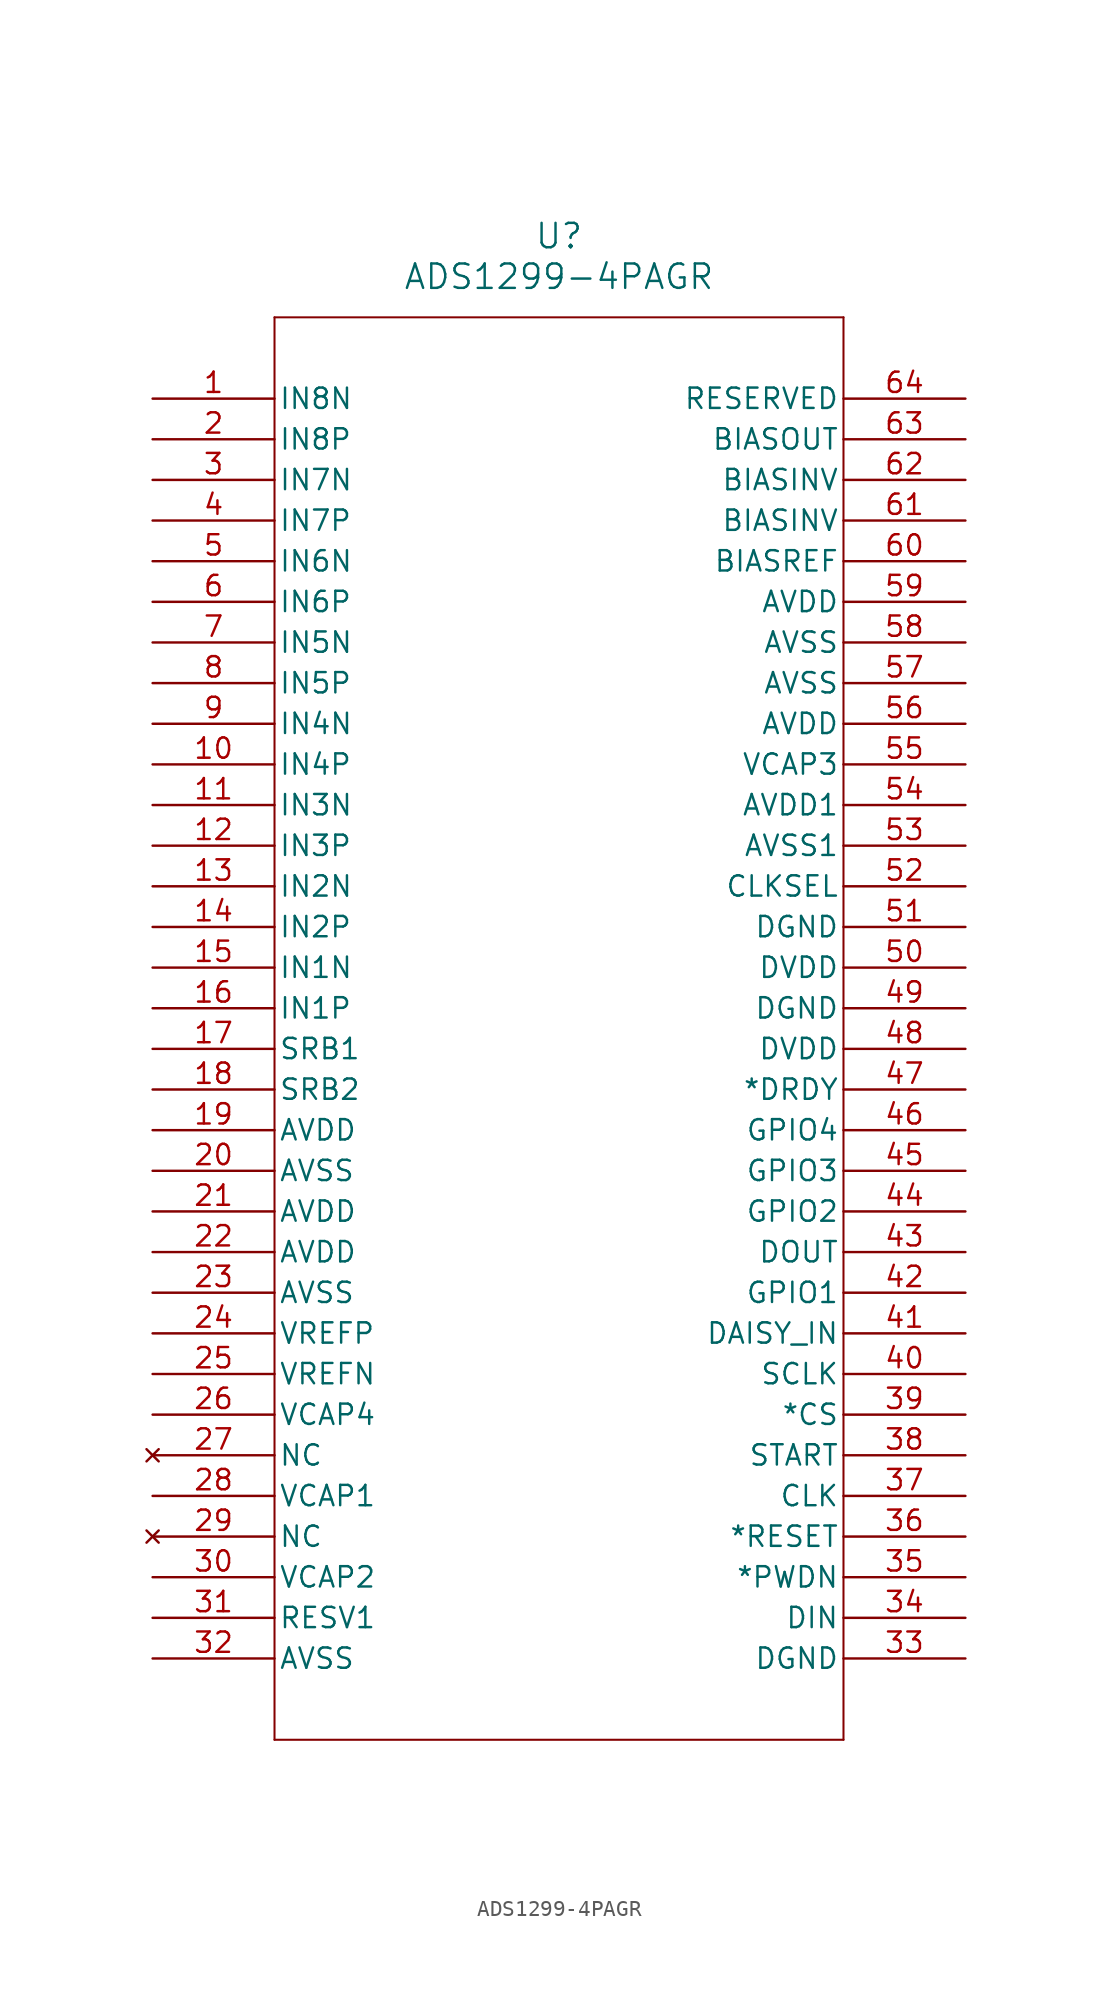
<source format=kicad_sym>
(kicad_symbol_lib
  (version 20211014)
  (generator kicad_symbol_editor)
  (symbol "ADS1299-4PAGR"
    (pin_names
      (offset 0.254))
    (property "Reference" "U"
      (at 25.4 10.16 0)
      (effects (font (size 1.524 1.524))))
    (property "Value" "ADS1299-4PAGR"
      (at 25.4 7.62 0)
      (effects (font (size 1.524 1.524))))
    (symbol "ADS1299-4PAGR_0_1"
      (polyline (pts (xy 7.62 5.08) (xy 7.62 -83.82)) (stroke (width 0.127) (type default) (color 0 0 0 0)) (fill (type none)))
      (polyline (pts (xy 7.62 -83.82) (xy 43.18 -83.82)) (stroke (width 0.127) (type default) (color 0 0 0 0)) (fill (type none)))
      (polyline (pts (xy 43.18 -83.82) (xy 43.18 5.08)) (stroke (width 0.127) (type default) (color 0 0 0 0)) (fill (type none)))
      (polyline (pts (xy 43.18 5.08) (xy 7.62 5.08)) (stroke (width 0.127) (type default) (color 0 0 0 0)) (fill (type none)))
      (pin input line (at 0 0 0) (length 7.62) (name "IN8N" (effects (font (size 1.27 1.27)))) (number "1" (effects (font (size 1.27 1.27)))))
      (pin input line (at 0 -2.54 0) (length 7.62) (name "IN8P" (effects (font (size 1.27 1.27)))) (number "2" (effects (font (size 1.27 1.27)))))
      (pin input line (at 0 -5.08 0) (length 7.62) (name "IN7N" (effects (font (size 1.27 1.27)))) (number "3" (effects (font (size 1.27 1.27)))))
      (pin input line (at 0 -7.62 0) (length 7.62) (name "IN7P" (effects (font (size 1.27 1.27)))) (number "4" (effects (font (size 1.27 1.27)))))
      (pin input line (at 0 -10.16 0) (length 7.62) (name "IN6N" (effects (font (size 1.27 1.27)))) (number "5" (effects (font (size 1.27 1.27)))))
      (pin input line (at 0 -12.7 0) (length 7.62) (name "IN6P" (effects (font (size 1.27 1.27)))) (number "6" (effects (font (size 1.27 1.27)))))
      (pin input line (at 0 -15.24 0) (length 7.62) (name "IN5N" (effects (font (size 1.27 1.27)))) (number "7" (effects (font (size 1.27 1.27)))))
      (pin input line (at 0 -17.78 0) (length 7.62) (name "IN5P" (effects (font (size 1.27 1.27)))) (number "8" (effects (font (size 1.27 1.27)))))
      (pin input line (at 0 -20.32 0) (length 7.62) (name "IN4N" (effects (font (size 1.27 1.27)))) (number "9" (effects (font (size 1.27 1.27)))))
      (pin input line (at 0 -22.86 0) (length 7.62) (name "IN4P" (effects (font (size 1.27 1.27)))) (number "10" (effects (font (size 1.27 1.27)))))
      (pin input line (at 0 -25.4 0) (length 7.62) (name "IN3N" (effects (font (size 1.27 1.27)))) (number "11" (effects (font (size 1.27 1.27)))))
      (pin input line (at 0 -27.94 0) (length 7.62) (name "IN3P" (effects (font (size 1.27 1.27)))) (number "12" (effects (font (size 1.27 1.27)))))
      (pin input line (at 0 -30.48 0) (length 7.62) (name "IN2N" (effects (font (size 1.27 1.27)))) (number "13" (effects (font (size 1.27 1.27)))))
      (pin input line (at 0 -33.02 0) (length 7.62) (name "IN2P" (effects (font (size 1.27 1.27)))) (number "14" (effects (font (size 1.27 1.27)))))
      (pin input line (at 0 -35.56 0) (length 7.62) (name "IN1N" (effects (font (size 1.27 1.27)))) (number "15" (effects (font (size 1.27 1.27)))))
      (pin input line (at 0 -38.1 0) (length 7.62) (name "IN1P" (effects (font (size 1.27 1.27)))) (number "16" (effects (font (size 1.27 1.27)))))
      (pin bidirectional line (at 0 -40.64 0) (length 7.62) (name "SRB1" (effects (font (size 1.27 1.27)))) (number "17" (effects (font (size 1.27 1.27)))))
      (pin bidirectional line (at 0 -43.18 0) (length 7.62) (name "SRB2" (effects (font (size 1.27 1.27)))) (number "18" (effects (font (size 1.27 1.27)))))
      (pin power_in line (at 0 -45.72 0) (length 7.62) (name "AVDD" (effects (font (size 1.27 1.27)))) (number "19" (effects (font (size 1.27 1.27)))))
      (pin power_in line (at 0 -48.26 0) (length 7.62) (name "AVSS" (effects (font (size 1.27 1.27)))) (number "20" (effects (font (size 1.27 1.27)))))
      (pin power_in line (at 0 -50.8 0) (length 7.62) (name "AVDD" (effects (font (size 1.27 1.27)))) (number "21" (effects (font (size 1.27 1.27)))))
      (pin power_in line (at 0 -53.34 0) (length 7.62) (name "AVDD" (effects (font (size 1.27 1.27)))) (number "22" (effects (font (size 1.27 1.27)))))
      (pin power_in line (at 0 -55.88 0) (length 7.62) (name "AVSS" (effects (font (size 1.27 1.27)))) (number "23" (effects (font (size 1.27 1.27)))))
      (pin bidirectional line (at 0 -58.42 0) (length 7.62) (name "VREFP" (effects (font (size 1.27 1.27)))) (number "24" (effects (font (size 1.27 1.27)))))
      (pin input line (at 0 -60.96 0) (length 7.62) (name "VREFN" (effects (font (size 1.27 1.27)))) (number "25" (effects (font (size 1.27 1.27)))))
      (pin output line (at 0 -63.5 0) (length 7.62) (name "VCAP4" (effects (font (size 1.27 1.27)))) (number "26" (effects (font (size 1.27 1.27)))))
      (pin no_connect line (at 0 -66.04 0) (length 7.62) (name "NC" (effects (font (size 1.27 1.27)))) (number "27" (effects (font (size 1.27 1.27)))))
      (pin output line (at 0 -68.58 0) (length 7.62) (name "VCAP1" (effects (font (size 1.27 1.27)))) (number "28" (effects (font (size 1.27 1.27)))))
      (pin no_connect line (at 0 -71.12 0) (length 7.62) (name "NC" (effects (font (size 1.27 1.27)))) (number "29" (effects (font (size 1.27 1.27)))))
      (pin output line (at 0 -73.66 0) (length 7.62) (name "VCAP2" (effects (font (size 1.27 1.27)))) (number "30" (effects (font (size 1.27 1.27)))))
      (pin input line (at 0 -76.2 0) (length 7.62) (name "RESV1" (effects (font (size 1.27 1.27)))) (number "31" (effects (font (size 1.27 1.27)))))
      (pin power_in line (at 0 -78.74 0) (length 7.62) (name "AVSS" (effects (font (size 1.27 1.27)))) (number "32" (effects (font (size 1.27 1.27)))))
      (pin power_in line (at 50.8 -78.74 180) (length 7.62) (name "DGND" (effects (font (size 1.27 1.27)))) (number "33" (effects (font (size 1.27 1.27)))))
      (pin input line (at 50.8 -76.2 180) (length 7.62) (name "DIN" (effects (font (size 1.27 1.27)))) (number "34" (effects (font (size 1.27 1.27)))))
      (pin input line (at 50.8 -73.66 180) (length 7.62) (name "*PWDN" (effects (font (size 1.27 1.27)))) (number "35" (effects (font (size 1.27 1.27)))))
      (pin input line (at 50.8 -71.12 180) (length 7.62) (name "*RESET" (effects (font (size 1.27 1.27)))) (number "36" (effects (font (size 1.27 1.27)))))
      (pin input line (at 50.8 -68.58 180) (length 7.62) (name "CLK" (effects (font (size 1.27 1.27)))) (number "37" (effects (font (size 1.27 1.27)))))
      (pin input line (at 50.8 -66.04 180) (length 7.62) (name "START" (effects (font (size 1.27 1.27)))) (number "38" (effects (font (size 1.27 1.27)))))
      (pin input line (at 50.8 -63.5 180) (length 7.62) (name "*CS" (effects (font (size 1.27 1.27)))) (number "39" (effects (font (size 1.27 1.27)))))
      (pin input line (at 50.8 -60.96 180) (length 7.62) (name "SCLK" (effects (font (size 1.27 1.27)))) (number "40" (effects (font (size 1.27 1.27)))))
      (pin input line (at 50.8 -58.42 180) (length 7.62) (name "DAISY_IN" (effects (font (size 1.27 1.27)))) (number "41" (effects (font (size 1.27 1.27)))))
      (pin bidirectional line (at 50.8 -55.88 180) (length 7.62) (name "GPIO1" (effects (font (size 1.27 1.27)))) (number "42" (effects (font (size 1.27 1.27)))))
      (pin output line (at 50.8 -53.34 180) (length 7.62) (name "DOUT" (effects (font (size 1.27 1.27)))) (number "43" (effects (font (size 1.27 1.27)))))
      (pin bidirectional line (at 50.8 -50.8 180) (length 7.62) (name "GPIO2" (effects (font (size 1.27 1.27)))) (number "44" (effects (font (size 1.27 1.27)))))
      (pin bidirectional line (at 50.8 -48.26 180) (length 7.62) (name "GPIO3" (effects (font (size 1.27 1.27)))) (number "45" (effects (font (size 1.27 1.27)))))
      (pin bidirectional line (at 50.8 -45.72 180) (length 7.62) (name "GPIO4" (effects (font (size 1.27 1.27)))) (number "46" (effects (font (size 1.27 1.27)))))
      (pin output line (at 50.8 -43.18 180) (length 7.62) (name "*DRDY" (effects (font (size 1.27 1.27)))) (number "47" (effects (font (size 1.27 1.27)))))
      (pin power_in line (at 50.8 -40.64 180) (length 7.62) (name "DVDD" (effects (font (size 1.27 1.27)))) (number "48" (effects (font (size 1.27 1.27)))))
      (pin power_in line (at 50.8 -38.1 180) (length 7.62) (name "DGND" (effects (font (size 1.27 1.27)))) (number "49" (effects (font (size 1.27 1.27)))))
      (pin power_in line (at 50.8 -35.56 180) (length 7.62) (name "DVDD" (effects (font (size 1.27 1.27)))) (number "50" (effects (font (size 1.27 1.27)))))
      (pin power_in line (at 50.8 -33.02 180) (length 7.62) (name "DGND" (effects (font (size 1.27 1.27)))) (number "51" (effects (font (size 1.27 1.27)))))
      (pin input line (at 50.8 -30.48 180) (length 7.62) (name "CLKSEL" (effects (font (size 1.27 1.27)))) (number "52" (effects (font (size 1.27 1.27)))))
      (pin power_in line (at 50.8 -27.94 180) (length 7.62) (name "AVSS1" (effects (font (size 1.27 1.27)))) (number "53" (effects (font (size 1.27 1.27)))))
      (pin power_in line (at 50.8 -25.4 180) (length 7.62) (name "AVDD1" (effects (font (size 1.27 1.27)))) (number "54" (effects (font (size 1.27 1.27)))))
      (pin output line (at 50.8 -22.86 180) (length 7.62) (name "VCAP3" (effects (font (size 1.27 1.27)))) (number "55" (effects (font (size 1.27 1.27)))))
      (pin power_in line (at 50.8 -20.32 180) (length 7.62) (name "AVDD" (effects (font (size 1.27 1.27)))) (number "56" (effects (font (size 1.27 1.27)))))
      (pin power_in line (at 50.8 -17.78 180) (length 7.62) (name "AVSS" (effects (font (size 1.27 1.27)))) (number "57" (effects (font (size 1.27 1.27)))))
      (pin power_in line (at 50.8 -15.24 180) (length 7.62) (name "AVSS" (effects (font (size 1.27 1.27)))) (number "58" (effects (font (size 1.27 1.27)))))
      (pin power_in line (at 50.8 -12.7 180) (length 7.62) (name "AVDD" (effects (font (size 1.27 1.27)))) (number "59" (effects (font (size 1.27 1.27)))))
      (pin input line (at 50.8 -10.16 180) (length 7.62) (name "BIASREF" (effects (font (size 1.27 1.27)))) (number "60" (effects (font (size 1.27 1.27)))))
      (pin bidirectional line (at 50.8 -7.62 180) (length 7.62) (name "BIASINV" (effects (font (size 1.27 1.27)))) (number "61" (effects (font (size 1.27 1.27)))))
      (pin input line (at 50.8 -5.08 180) (length 7.62) (name "BIASINV" (effects (font (size 1.27 1.27)))) (number "62" (effects (font (size 1.27 1.27)))))
      (pin output line (at 50.8 -2.54 180) (length 7.62) (name "BIASOUT" (effects (font (size 1.27 1.27)))) (number "63" (effects (font (size 1.27 1.27)))))
      (pin output line (at 50.8 0 180) (length 7.62) (name "RESERVED" (effects (font (size 1.27 1.27)))) (number "64" (effects (font (size 1.27 1.27))))))))
</source>
